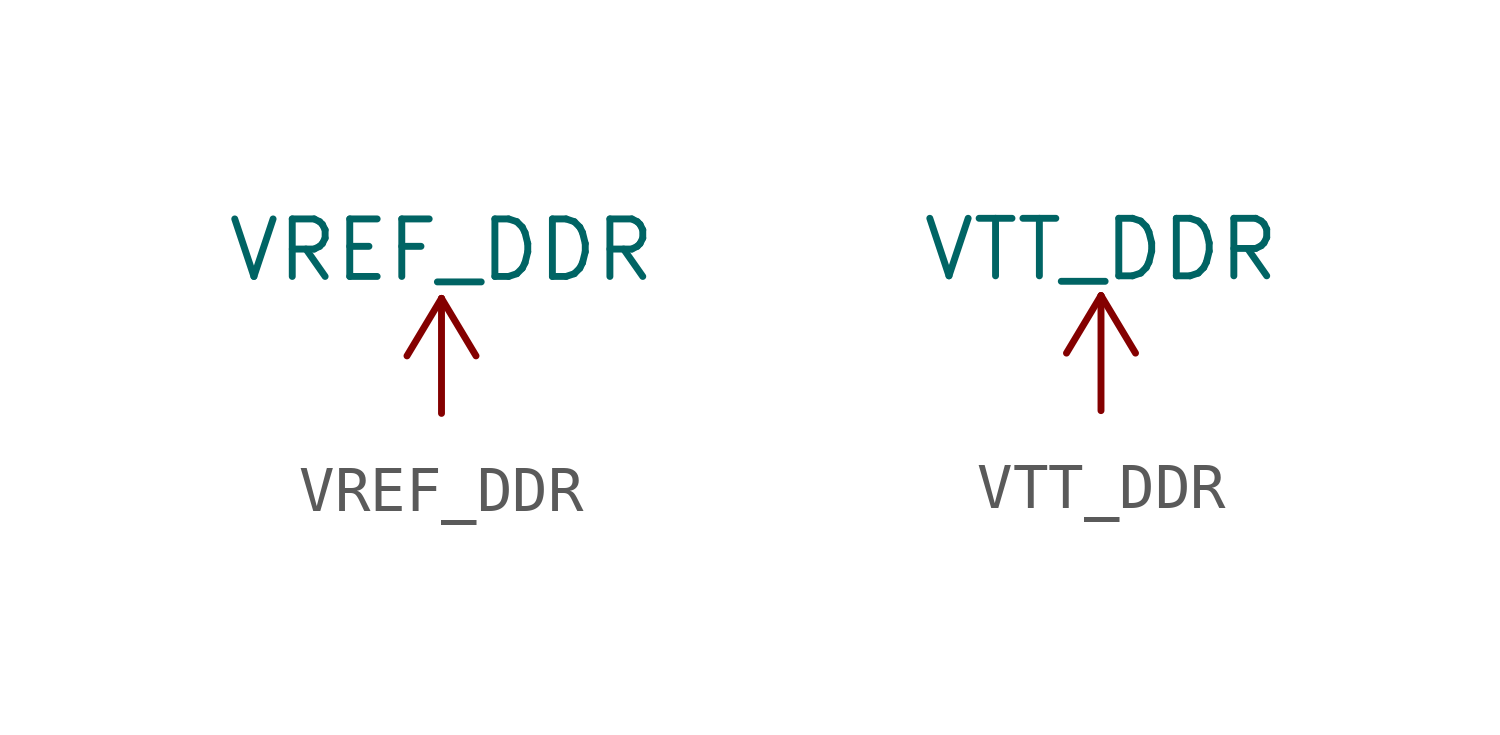
<source format=kicad_sym>
(kicad_symbol_lib
  (version 20231120)
  (generator "kicad_symbol_editor")
  (generator_version "8.0")
  (symbol "VREF_DDR"
    (power)
    (pin_names
      (offset 0))
    (property "Reference" "#PWR067"
      (at 0 -3.81 0)
      (effects (font (size 1.27 1.27)) (hide yes)))
    (property "Value" "VREF_DDR"
      (at 0 3.604 0)
      (effects (font (size 1.27 1.27))))
    (symbol "VREF_DDR_0_1"
      (polyline (pts (xy -0.762 1.27) (xy 0 2.54)) (stroke (width 0) (type default)) (fill (type none)))
      (polyline (pts (xy 0 0) (xy 0 2.54)) (stroke (width 0) (type default)) (fill (type none)))
      (polyline (pts (xy 0 2.54) (xy 0.762 1.27)) (stroke (width 0) (type default)) (fill (type none))))
    (symbol "VREF_DDR_1_1"
      (pin power_in line (at 0 0 90) (length 0) hide (name "VREF_DDR" (effects (font (size 1.27 1.27)))) (number "1" (effects (font (size 1.27 1.27)))))))
  (symbol "VTT_DDR"
    (power)
    (pin_names
      (offset 0))
    (property "Reference" "#PWR068"
      (at 0 -3.81 0)
      (effects (font (size 1.27 1.27)) (hide yes)))
    (property "Value" "VTT_DDR"
      (at 0 3.556 0)
      (effects (font (size 1.27 1.27))))
    (symbol "VTT_DDR_0_1"
      (polyline (pts (xy -0.762 1.27) (xy 0 2.54)) (stroke (width 0) (type default)) (fill (type none)))
      (polyline (pts (xy 0 0) (xy 0 2.54)) (stroke (width 0) (type default)) (fill (type none)))
      (polyline (pts (xy 0 2.54) (xy 0.762 1.27)) (stroke (width 0) (type default)) (fill (type none))))
    (symbol "VTT_DDR_1_1"
      (pin power_in line (at 0 0 90) (length 0) hide (name "VTT_DDR" (effects (font (size 1.27 1.27)))) (number "1" (effects (font (size 1.27 1.27))))))))
</source>
